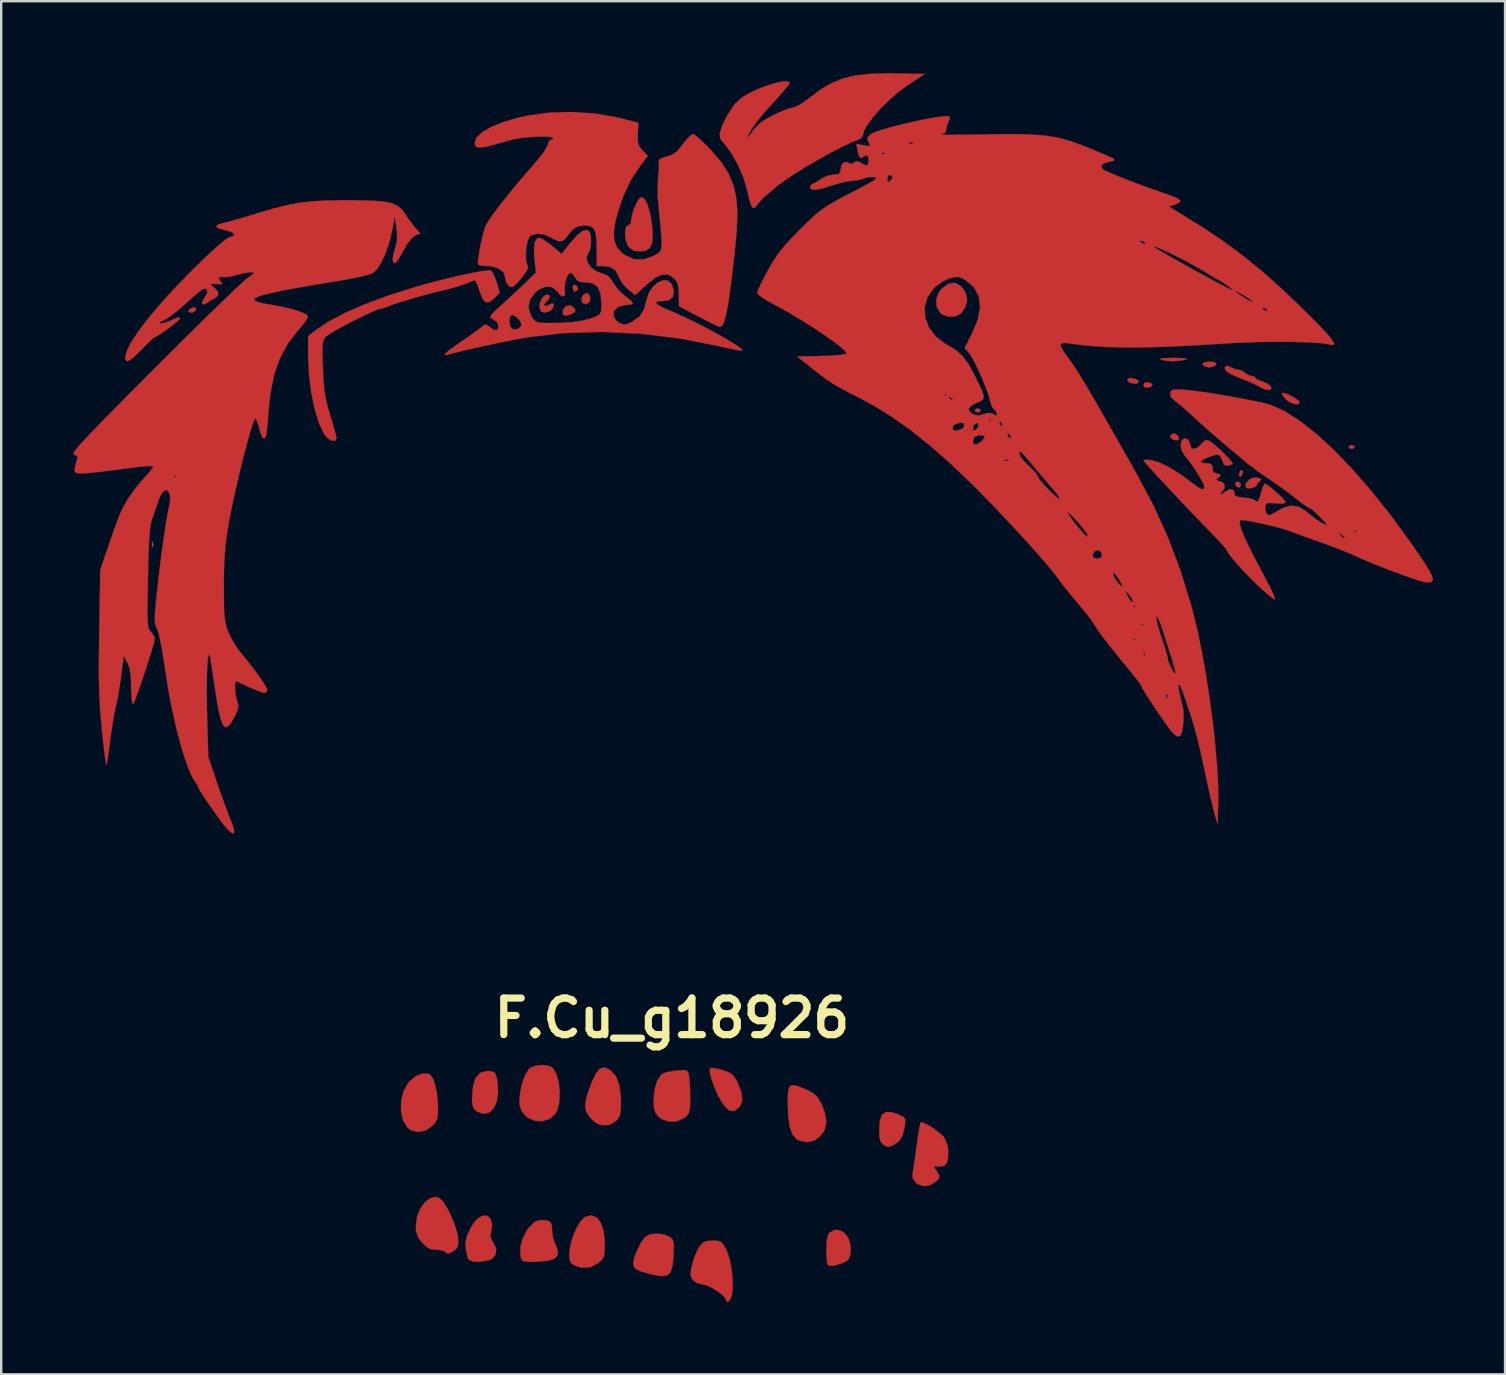
<source format=kicad_pcb>
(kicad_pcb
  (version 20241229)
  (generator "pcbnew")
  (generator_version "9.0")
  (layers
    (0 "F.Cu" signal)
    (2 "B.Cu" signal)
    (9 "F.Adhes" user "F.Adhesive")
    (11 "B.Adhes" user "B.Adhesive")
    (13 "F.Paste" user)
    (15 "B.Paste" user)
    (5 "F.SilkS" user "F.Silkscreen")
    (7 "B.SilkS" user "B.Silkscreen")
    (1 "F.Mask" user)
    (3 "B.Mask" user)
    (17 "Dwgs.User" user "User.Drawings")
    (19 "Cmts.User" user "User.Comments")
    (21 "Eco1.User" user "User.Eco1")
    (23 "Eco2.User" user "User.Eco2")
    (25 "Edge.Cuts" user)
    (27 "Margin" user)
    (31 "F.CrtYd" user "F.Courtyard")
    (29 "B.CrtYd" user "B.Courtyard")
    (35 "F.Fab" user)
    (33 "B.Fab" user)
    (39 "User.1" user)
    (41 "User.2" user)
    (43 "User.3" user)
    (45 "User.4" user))
  (footprint "F.Cu_g18926"
    (layer "F.Cu")
    (at 24.94 39.362)
    (property "Reference" "F.Cu_g18926" (at 0 0 0) (layer "F.SilkS") (effects (font (size 1.524 1.524) (thickness 0.3))))
    (attr through_hole)
    (fp_poly (pts (xy -21.619 -19.833) (xy -21.607 -19.66) (xy -21.619 -19.622) (xy -21.649 -19.611) (xy -21.661 -19.727) (xy -21.648 -19.848) (xy -21.619 -19.833)) (stroke (width 0.01) (type solid)) (fill yes) (layer "F.Cu"))
    (fp_poly (pts (xy -3.961 -30.496) (xy -3.905 -30.379) (xy -3.96 -30.297) (xy -4.054 -30.252) (xy -4.114 -30.342) (xy -4.133 -30.5) (xy -4.063 -30.555) (xy -3.961 -30.496)) (stroke (width 0.01) (type solid)) (fill yes) (layer "F.Cu"))
    (fp_poly (pts (xy 12.855 -25.354) (xy 12.869 -25.315) (xy 12.801 -25.24) (xy 12.742 -25.231) (xy 12.63 -25.276) (xy 12.615 -25.315) (xy 12.684 -25.39) (xy 12.742 -25.4) (xy 12.855 -25.354)) (stroke (width 0.01) (type solid)) (fill yes) (layer "F.Cu"))
    (fp_poly (pts (xy 19.982 -26.432) (xy 20.024 -26.374) (xy 19.952 -26.297) (xy 19.833 -26.262) (xy 19.678 -26.282) (xy 19.643 -26.374) (xy 19.701 -26.478) (xy 19.833 -26.485) (xy 19.982 -26.432)) (stroke (width 0.01) (type solid)) (fill yes) (layer "F.Cu"))
    (fp_poly (pts (xy 21.035 -24.303) (xy 21.132 -24.17) (xy 21.097 -24.081) (xy 20.967 -24.068) (xy 20.829 -24.128) (xy 20.749 -24.22) (xy 20.804 -24.309) (xy 20.92 -24.366) (xy 21.035 -24.303)) (stroke (width 0.01) (type solid)) (fill yes) (layer "F.Cu"))
    (fp_poly (pts (xy 23.692 -22.284) (xy 23.707 -22.225) (xy 23.655 -22.108) (xy 23.538 -22.129) (xy 23.509 -22.154) (xy 23.455 -22.278) (xy 23.543 -22.349) (xy 23.58 -22.352) (xy 23.692 -22.284)) (stroke (width 0.01) (type solid)) (fill yes) (layer "F.Cu"))
    (fp_poly (pts (xy 23.78 -22.799) (xy 23.791 -22.743) (xy 23.742 -22.597) (xy 23.707 -22.564) (xy 23.633 -22.582) (xy 23.622 -22.638) (xy 23.672 -22.785) (xy 23.707 -22.818) (xy 23.78 -22.799)) (stroke (width 0.01) (type solid)) (fill yes) (layer "F.Cu"))
    (fp_poly (pts (xy 28.434 -23.83) (xy 28.448 -23.791) (xy 28.379 -23.716) (xy 28.321 -23.707) (xy 28.208 -23.752) (xy 28.194 -23.791) (xy 28.263 -23.866) (xy 28.321 -23.876) (xy 28.434 -23.83)) (stroke (width 0.01) (type solid)) (fill yes) (layer "F.Cu"))
    (fp_poly (pts (xy -19.838 -29.602) (xy -19.834 -29.599) (xy -19.834 -29.504) (xy -19.851 -29.47) (xy -19.957 -29.394) (xy -20.085 -29.387) (xy -20.151 -29.451) (xy -20.151 -29.455) (xy -20.084 -29.542) (xy -19.948 -29.605) (xy -19.838 -29.602)) (stroke (width 0.01) (type solid)) (fill yes) (layer "F.Cu"))
    (fp_poly (pts (xy -3.464 -30.168) (xy -3.397 -30.008) (xy -3.436 -29.837) (xy -3.562 -29.737) (xy -3.567 -29.736) (xy -3.708 -29.781) (xy -3.76 -29.856) (xy -3.761 -30.014) (xy -3.676 -30.147) (xy -3.553 -30.205) (xy -3.464 -30.168)) (stroke (width 0.01) (type solid)) (fill yes) (layer "F.Cu"))
    (fp_poly (pts (xy -4.173 -29.668) (xy -4.024 -29.531) (xy -4.042 -29.412) (xy -4.228 -29.309) (xy -4.233 -29.307) (xy -4.423 -29.258) (xy -4.516 -29.293) (xy -4.545 -29.347) (xy -4.537 -29.514) (xy -4.423 -29.647) (xy -4.263 -29.697) (xy -4.173 -29.668)) (stroke (width 0.01) (type solid)) (fill yes) (layer "F.Cu"))
    (fp_poly (pts (xy 19.344 -26.611) (xy 19.447 -26.535) (xy 19.453 -26.522) (xy 19.415 -26.444) (xy 19.271 -26.424) (xy 19.075 -26.471) (xy 19.071 -26.472) (xy 18.973 -26.564) (xy 18.965 -26.598) (xy 19.031 -26.654) (xy 19.181 -26.654) (xy 19.344 -26.611)) (stroke (width 0.01) (type solid)) (fill yes) (layer "F.Cu"))
    (fp_poly (pts (xy 22.606 -27.322) (xy 22.689 -27.258) (xy 22.626 -27.177) (xy 22.557 -27.145) (xy 22.385 -27.102) (xy 22.215 -27.145) (xy 22.204 -27.149) (xy 22.098 -27.229) (xy 22.139 -27.301) (xy 22.306 -27.343) (xy 22.394 -27.347) (xy 22.606 -27.322)) (stroke (width 0.01) (type solid)) (fill yes) (layer "F.Cu"))
    (fp_poly (pts (xy 21.261 -27.495) (xy 21.441 -27.476) (xy 21.455 -27.446) (xy 21.421 -27.432) (xy 21.134 -27.378) (xy 20.798 -27.365) (xy 20.495 -27.394) (xy 20.362 -27.432) (xy 20.344 -27.469) (xy 20.492 -27.493) (xy 20.804 -27.502) (xy 20.913 -27.502) (xy 21.261 -27.495)) (stroke (width 0.01) (type solid)) (fill yes) (layer "F.Cu"))
    (fp_poly (pts (xy 25.519 -26.037) (xy 25.7 -25.967) (xy 25.906 -25.861) (xy 26.079 -25.748) (xy 26.161 -25.66) (xy 26.162 -25.652) (xy 26.099 -25.575) (xy 25.946 -25.576) (xy 25.756 -25.644) (xy 25.582 -25.768) (xy 25.57 -25.781) (xy 25.45 -25.934) (xy 25.415 -26.034) (xy 25.42 -26.041) (xy 25.519 -26.037)) (stroke (width 0.01) (type solid)) (fill yes) (layer "F.Cu"))
    (fp_poly (pts (xy 12.043 -30.493) (xy 12.233 -30.228) (xy 12.304 -29.919) (xy 12.214 -29.595) (xy 12.046 -29.358) (xy 11.836 -29.238) (xy 11.562 -29.217) (xy 11.296 -29.292) (xy 11.176 -29.379) (xy 11.026 -29.639) (xy 11.012 -29.945) (xy 11.132 -30.251) (xy 11.254 -30.402) (xy 11.533 -30.599) (xy 11.8 -30.629) (xy 12.043 -30.493)) (stroke (width 0.01) (type solid)) (fill yes) (layer "F.Cu"))
    (fp_poly (pts (xy 24.479 -22.497) (xy 24.553 -22.437) (xy 24.553 -22.437) (xy 24.489 -22.354) (xy 24.469 -22.352) (xy 24.392 -22.284) (xy 24.384 -22.235) (xy 24.313 -22.139) (xy 24.155 -22.075) (xy 23.991 -22.065) (xy 23.912 -22.108) (xy 23.903 -22.258) (xy 24.011 -22.406) (xy 24.192 -22.505) (xy 24.302 -22.521) (xy 24.479 -22.497)) (stroke (width 0.01) (type solid)) (fill yes) (layer "F.Cu"))
    (fp_poly (pts (xy -7.524 2.215) (xy -7.403 2.256) (xy -7.329 2.364) (xy -7.278 2.582) (xy -7.26 2.698) (xy -7.24 3.145) (xy -7.306 3.516) (xy -7.446 3.793) (xy -7.643 3.957) (xy -7.885 3.99) (xy -8.156 3.873) (xy -8.17 3.863) (xy -8.274 3.736) (xy -8.319 3.525) (xy -8.324 3.323) (xy -8.282 2.83) (xy -8.17 2.486) (xy -7.982 2.28) (xy -7.711 2.205) (xy -7.524 2.215)) (stroke (width 0.01) (type solid)) (fill yes) (layer "F.Cu"))
    (fp_poly (pts (xy -5.091 -30.091) (xy -5.107 -29.973) (xy -5.228 -29.84) (xy -5.321 -29.731) (xy -5.315 -29.671) (xy -5.21 -29.666) (xy -5.122 -29.718) (xy -4.98 -29.782) (xy -4.916 -29.718) (xy -4.965 -29.566) (xy -5.109 -29.441) (xy -5.295 -29.389) (xy -5.442 -29.431) (xy -5.443 -29.432) (xy -5.516 -29.604) (xy -5.492 -29.821) (xy -5.394 -30.018) (xy -5.246 -30.133) (xy -5.19 -30.141) (xy -5.091 -30.091)) (stroke (width 0.01) (type solid)) (fill yes) (layer "F.Cu"))
    (fp_poly (pts (xy 7.009 8.838) (xy 7.217 8.976) (xy 7.373 9.209) (xy 7.447 9.515) (xy 7.449 9.585) (xy 7.432 9.877) (xy 7.361 10.054) (xy 7.201 10.167) (xy 7.036 10.231) (xy 6.75 10.313) (xy 6.575 10.319) (xy 6.491 10.273) (xy 6.463 10.165) (xy 6.442 9.938) (xy 6.435 9.644) (xy 6.451 9.272) (xy 6.504 9.037) (xy 6.568 8.938) (xy 6.783 8.818) (xy 7.009 8.838)) (stroke (width 0.01) (type solid)) (fill yes) (layer "F.Cu"))
    (fp_poly (pts (xy 9.166 3.923) (xy 9.454 4.022) (xy 9.645 4.113) (xy 9.722 4.212) (xy 9.72 4.385) (xy 9.702 4.498) (xy 9.62 4.856) (xy 9.493 5.093) (xy 9.293 5.257) (xy 9.239 5.286) (xy 9.053 5.363) (xy 8.917 5.343) (xy 8.818 5.283) (xy 8.708 5.172) (xy 8.653 5.006) (xy 8.636 4.732) (xy 8.636 4.689) (xy 8.662 4.282) (xy 8.75 4.027) (xy 8.913 3.911) (xy 9.166 3.923)) (stroke (width 0.01) (type solid)) (fill yes) (layer "F.Cu"))
    (fp_poly (pts (xy 1.935 2.118) (xy 2.106 2.164) (xy 2.388 2.267) (xy 2.564 2.397) (xy 2.697 2.6) (xy 2.702 2.611) (xy 2.887 3.06) (xy 2.933 3.413) (xy 2.841 3.672) (xy 2.802 3.717) (xy 2.598 3.868) (xy 2.417 3.861) (xy 2.226 3.704) (xy 2.073 3.494) (xy 1.918 3.211) (xy 1.776 2.894) (xy 1.662 2.583) (xy 1.59 2.316) (xy 1.576 2.132) (xy 1.603 2.078) (xy 1.717 2.076) (xy 1.935 2.118)) (stroke (width 0.01) (type solid)) (fill yes) (layer "F.Cu"))
    (fp_poly (pts (xy 5.144 2.802) (xy 5.429 2.904) (xy 5.598 2.976) (xy 5.884 3.125) (xy 6.075 3.308) (xy 6.228 3.566) (xy 6.362 3.907) (xy 6.431 4.243) (xy 6.435 4.322) (xy 6.364 4.663) (xy 6.178 4.932) (xy 5.913 5.108) (xy 5.605 5.17) (xy 5.291 5.097) (xy 5.187 5.035) (xy 5.023 4.848) (xy 4.911 4.542) (xy 4.847 4.104) (xy 4.826 3.535) (xy 4.833 3.144) (xy 4.872 2.904) (xy 4.967 2.796) (xy 5.144 2.802)) (stroke (width 0.01) (type solid)) (fill yes) (layer "F.Cu"))
    (fp_poly (pts (xy -10.145 2.316) (xy -10.083 2.345) (xy -9.959 2.505) (xy -9.855 2.798) (xy -9.781 3.188) (xy -9.745 3.637) (xy -9.743 3.711) (xy -9.748 4.018) (xy -9.783 4.216) (xy -9.868 4.367) (xy -9.984 4.494) (xy -10.267 4.684) (xy -10.578 4.746) (xy -10.867 4.676) (xy -11.002 4.576) (xy -11.194 4.275) (xy -11.286 3.887) (xy -11.28 3.462) (xy -11.179 3.048) (xy -10.984 2.696) (xy -10.928 2.631) (xy -10.665 2.42) (xy -10.388 2.309) (xy -10.145 2.316)) (stroke (width 0.01) (type solid)) (fill yes) (layer "F.Cu"))
    (fp_poly (pts (xy -7.554 8.352) (xy -7.491 8.58) (xy -7.524 8.847) (xy -7.563 9.078) (xy -7.506 9.256) (xy -7.43 9.363) (xy -7.317 9.612) (xy -7.343 9.85) (xy -7.497 10.03) (xy -7.621 10.084) (xy -7.956 10.148) (xy -8.241 10.147) (xy -8.437 10.087) (xy -8.497 10.012) (xy -8.584 9.641) (xy -8.6 9.359) (xy -8.543 9.099) (xy -8.481 8.945) (xy -8.342 8.678) (xy -8.189 8.451) (xy -8.137 8.391) (xy -7.905 8.236) (xy -7.702 8.23) (xy -7.554 8.352)) (stroke (width 0.01) (type solid)) (fill yes) (layer "F.Cu"))
    (fp_poly (pts (xy -5.115 1.991) (xy -4.966 2.074) (xy -4.813 2.323) (xy -4.714 2.68) (xy -4.672 3.088) (xy -4.691 3.493) (xy -4.774 3.839) (xy -4.836 3.964) (xy -5.065 4.186) (xy -5.371 4.293) (xy -5.703 4.283) (xy -6.008 4.151) (xy -6.103 4.071) (xy -6.273 3.856) (xy -6.342 3.62) (xy -6.35 3.451) (xy -6.318 3.072) (xy -6.231 2.692) (xy -6.107 2.36) (xy -5.962 2.128) (xy -5.905 2.077) (xy -5.669 1.981) (xy -5.381 1.952) (xy -5.115 1.991)) (stroke (width 0.01) (type solid)) (fill yes) (layer "F.Cu"))
    (fp_poly (pts (xy -3.135 8.303) (xy -2.96 8.528) (xy -2.843 8.881) (xy -2.795 9.351) (xy -2.794 9.43) (xy -2.801 9.735) (xy -2.834 9.927) (xy -2.913 10.062) (xy -3.054 10.195) (xy -3.392 10.377) (xy -3.764 10.401) (xy -4.064 10.303) (xy -4.193 10.214) (xy -4.255 10.083) (xy -4.271 9.853) (xy -4.27 9.775) (xy -4.228 9.451) (xy -4.121 9.09) (xy -3.972 8.744) (xy -3.802 8.462) (xy -3.635 8.294) (xy -3.626 8.29) (xy -3.361 8.219) (xy -3.135 8.303)) (stroke (width 0.01) (type solid)) (fill yes) (layer "F.Cu"))
    (fp_poly (pts (xy -2.599 2.145) (xy -2.551 2.179) (xy -2.334 2.42) (xy -2.195 2.772) (xy -2.129 3.255) (xy -2.121 3.496) (xy -2.127 3.819) (xy -2.159 4.027) (xy -2.231 4.174) (xy -2.324 4.28) (xy -2.594 4.451) (xy -2.908 4.463) (xy -3.101 4.404) (xy -3.27 4.287) (xy -3.447 4.097) (xy -3.47 4.067) (xy -3.575 3.872) (xy -3.613 3.656) (xy -3.579 3.385) (xy -3.471 3.025) (xy -3.33 2.654) (xy -3.161 2.299) (xy -2.994 2.103) (xy -2.813 2.055) (xy -2.599 2.145)) (stroke (width 0.01) (type solid)) (fill yes) (layer "F.Cu"))
    (fp_poly (pts (xy -1.139 -34.124) (xy -1.014 -33.89) (xy -0.908 -33.523) (xy -0.839 -33.126) (xy -0.796 -32.642) (xy -0.822 -32.298) (xy -0.921 -32.078) (xy -1.099 -31.967) (xy -1.228 -31.945) (xy -1.455 -31.948) (xy -1.609 -31.976) (xy -1.822 -32.139) (xy -1.931 -32.431) (xy -1.947 -32.655) (xy -1.929 -32.9) (xy -1.868 -33.008) (xy -1.82 -33.02) (xy -1.718 -33.095) (xy -1.691 -33.253) (xy -1.658 -33.463) (xy -1.577 -33.715) (xy -1.471 -33.958) (xy -1.361 -34.139) (xy -1.276 -34.205) (xy -1.139 -34.124)) (stroke (width 0.01) (type solid)) (fill yes) (layer "F.Cu"))
    (fp_poly (pts (xy -5.244 8.425) (xy -5.083 8.48) (xy -5.012 8.584) (xy -4.995 8.796) (xy -4.995 8.816) (xy -4.96 9.111) (xy -4.875 9.384) (xy -4.863 9.408) (xy -4.754 9.687) (xy -4.763 9.891) (xy -4.903 10.03) (xy -5.183 10.112) (xy -5.616 10.149) (xy -5.729 10.152) (xy -6.017 10.152) (xy -6.178 10.13) (xy -6.258 10.068) (xy -6.299 9.946) (xy -6.306 9.913) (xy -6.314 9.548) (xy -6.207 9.155) (xy -6.013 8.794) (xy -5.757 8.522) (xy -5.661 8.46) (xy -5.457 8.412) (xy -5.244 8.425)) (stroke (width 0.01) (type solid)) (fill yes) (layer "F.Cu"))
    (fp_poly (pts (xy -0.353 9.007) (xy -0.102 9.107) (xy -0.093 9.114) (xy 0.005 9.195) (xy 0.061 9.295) (xy 0.082 9.457) (xy 0.077 9.721) (xy 0.066 9.926) (xy 0.027 10.326) (xy -0.054 10.587) (xy -0.2 10.723) (xy -0.439 10.752) (xy -0.795 10.69) (xy -1.027 10.63) (xy -1.333 10.537) (xy -1.508 10.454) (xy -1.588 10.354) (xy -1.609 10.21) (xy -1.609 10.194) (xy -1.564 9.97) (xy -1.449 9.676) (xy -1.295 9.376) (xy -1.131 9.136) (xy -1.12 9.123) (xy -0.929 9.015) (xy -0.651 8.976) (xy -0.353 9.007)) (stroke (width 0.01) (type solid)) (fill yes) (layer "F.Cu"))
    (fp_poly (pts (xy 23.286 -27.111) (xy 23.49 -27.027) (xy 23.61 -27.009) (xy 23.799 -26.947) (xy 23.876 -26.882) (xy 24.043 -26.773) (xy 24.14 -26.755) (xy 24.272 -26.721) (xy 24.299 -26.679) (xy 24.372 -26.606) (xy 24.532 -26.545) (xy 24.792 -26.446) (xy 24.949 -26.315) (xy 24.977 -26.236) (xy 24.911 -26.17) (xy 24.756 -26.174) (xy 24.573 -26.243) (xy 24.506 -26.286) (xy 24.349 -26.374) (xy 24.084 -26.494) (xy 23.766 -26.621) (xy 23.72 -26.639) (xy 23.323 -26.806) (xy 23.092 -26.954) (xy 23.026 -27.085) (xy 23.065 -27.157) (xy 23.172 -27.163) (xy 23.286 -27.111)) (stroke (width 0.01) (type solid)) (fill yes) (layer "F.Cu"))
    (fp_poly (pts (xy -9.669 7.504) (xy -9.525 7.655) (xy -9.358 7.922) (xy -9.191 8.258) (xy -9.045 8.614) (xy -8.943 8.944) (xy -8.911 9.127) (xy -8.897 9.389) (xy -8.93 9.545) (xy -9.029 9.654) (xy -9.069 9.683) (xy -9.261 9.799) (xy -9.376 9.805) (xy -9.44 9.737) (xy -9.552 9.682) (xy -9.761 9.653) (xy -9.818 9.652) (xy -10.055 9.625) (xy -10.243 9.518) (xy -10.405 9.353) (xy -10.581 9.113) (xy -10.656 8.874) (xy -10.667 8.654) (xy -10.617 8.283) (xy -10.487 7.95) (xy -10.299 7.682) (xy -10.076 7.506) (xy -9.843 7.449) (xy -9.669 7.504)) (stroke (width 0.01) (type solid)) (fill yes) (layer "F.Cu"))
    (fp_poly (pts (xy 0.617 2.185) (xy 0.68 2.263) (xy 0.712 2.394) (xy 0.736 2.602) (xy 0.754 2.915) (xy 0.762 3.269) (xy 0.762 3.306) (xy 0.758 3.645) (xy 0.736 3.859) (xy 0.685 3.995) (xy 0.593 4.098) (xy 0.539 4.143) (xy 0.231 4.292) (xy -0.11 4.315) (xy -0.423 4.211) (xy -0.554 4.11) (xy -0.681 3.95) (xy -0.744 3.756) (xy -0.762 3.465) (xy -0.762 3.43) (xy -0.725 3.001) (xy -0.624 2.64) (xy -0.471 2.386) (xy -0.367 2.304) (xy -0.194 2.249) (xy 0.072 2.201) (xy 0.225 2.183) (xy 0.481 2.165) (xy 0.617 2.185)) (stroke (width 0.01) (type solid)) (fill yes) (layer "F.Cu"))
    (fp_poly (pts (xy 10.461 4.35) (xy 10.646 4.439) (xy 10.874 4.579) (xy 11.101 4.743) (xy 11.284 4.903) (xy 11.339 4.964) (xy 11.487 5.286) (xy 11.515 5.55) (xy 11.499 5.879) (xy 11.439 6.073) (xy 11.316 6.162) (xy 11.157 6.181) (xy 10.903 6.181) (xy 11.048 6.403) (xy 11.141 6.565) (xy 11.133 6.671) (xy 11.036 6.781) (xy 10.773 6.954) (xy 10.487 7.001) (xy 10.231 6.917) (xy 10.163 6.861) (xy 10.029 6.655) (xy 10.029 6.45) (xy 10.061 6.274) (xy 10.106 5.975) (xy 10.159 5.601) (xy 10.199 5.304) (xy 10.252 4.928) (xy 10.301 4.618) (xy 10.341 4.41) (xy 10.363 4.341) (xy 10.461 4.35)) (stroke (width 0.01) (type solid)) (fill yes) (layer "F.Cu"))
    (fp_poly (pts (xy 1.92 9.28) (xy 2.058 9.332) (xy 2.165 9.465) (xy 2.276 9.677) (xy 2.389 9.985) (xy 2.472 10.368) (xy 2.523 10.778) (xy 2.536 11.169) (xy 2.51 11.495) (xy 2.44 11.709) (xy 2.432 11.721) (xy 2.335 11.835) (xy 2.286 11.813) (xy 2.252 11.721) (xy 2.135 11.563) (xy 1.915 11.385) (xy 1.648 11.225) (xy 1.392 11.117) (xy 1.251 11.091) (xy 1.035 11.03) (xy 0.889 10.922) (xy 0.804 10.805) (xy 0.776 10.673) (xy 0.801 10.467) (xy 0.838 10.292) (xy 0.934 9.971) (xy 1.062 9.67) (xy 1.13 9.551) (xy 1.273 9.372) (xy 1.428 9.291) (xy 1.671 9.271) (xy 1.697 9.271) (xy 1.92 9.28)) (stroke (width 0.01) (type solid)) (fill yes) (layer "F.Cu"))
    (fp_poly (pts (xy -7.483 -31.083) (xy -7.385 -30.891) (xy -7.313 -30.692) (xy -7.166 -30.227) (xy -7.365 -30.015) (xy -7.576 -29.837) (xy -7.742 -29.811) (xy -7.878 -29.943) (xy -7.996 -30.239) (xy -8.005 -30.268) (xy -8.089 -30.52) (xy -8.168 -30.689) (xy -8.212 -30.734) (xy -8.332 -30.7) (xy -8.522 -30.617) (xy -8.523 -30.616) (xy -8.71 -30.545) (xy -9.012 -30.453) (xy -9.377 -30.355) (xy -9.567 -30.309) (xy -10.04 -30.191) (xy -10.527 -30.061) (xy -10.99 -29.928) (xy -11.395 -29.803) (xy -11.705 -29.697) (xy -11.873 -29.627) (xy -12.056 -29.56) (xy -12.137 -29.549) (xy -12.276 -29.51) (xy -12.526 -29.405) (xy -12.853 -29.252) (xy -13.22 -29.07) (xy -13.593 -28.877) (xy -13.936 -28.69) (xy -14.214 -28.528) (xy -14.391 -28.409) (xy -14.424 -28.378) (xy -14.489 -28.291) (xy -14.53 -28.178) (xy -14.553 -28.009) (xy -14.559 -27.753) (xy -14.55 -27.378) (xy -14.539 -27.076) (xy -14.513 -26.551) (xy -14.475 -26.138) (xy -14.414 -25.778) (xy -14.324 -25.414) (xy -14.233 -25.111) (xy -14.123 -24.75) (xy -14.036 -24.443) (xy -13.982 -24.23) (xy -13.97 -24.159) (xy -14.023 -24.052) (xy -14.154 -24.05) (xy -14.317 -24.138) (xy -14.468 -24.301) (xy -14.481 -24.32) (xy -14.697 -24.773) (xy -14.88 -25.358) (xy -15.021 -26.039) (xy -15.115 -26.783) (xy -15.155 -27.555) (xy -15.155 -27.671) (xy -15.155 -28.406) (xy -14.859 -28.642) (xy -14.327 -29.004) (xy -13.636 -29.37) (xy -12.797 -29.736) (xy -11.821 -30.097) (xy -10.718 -30.447) (xy -10.452 -30.525) (xy -9.915 -30.672) (xy -9.359 -30.812) (xy -8.819 -30.938) (xy -8.329 -31.042) (xy -7.922 -31.116) (xy -7.631 -31.154) (xy -7.561 -31.157) (xy -7.483 -31.083)) (stroke (width 0.01) (type solid)) (fill yes) (layer "F.Cu"))
    (fp_poly (pts (xy 9.444 -39.351) (xy 10.531 -39.328) (xy 9.836 -38.871) (xy 9.459 -38.595) (xy 9.079 -38.267) (xy 8.719 -37.912) (xy 8.403 -37.558) (xy 8.156 -37.23) (xy 8 -36.956) (xy 7.959 -36.793) (xy 7.889 -36.655) (xy 7.811 -36.61) (xy 7.508 -36.494) (xy 7.101 -36.302) (xy 6.624 -36.054) (xy 6.111 -35.77) (xy 5.598 -35.471) (xy 5.119 -35.175) (xy 4.709 -34.904) (xy 4.403 -34.676) (xy 4.353 -34.634) (xy 4.124 -34.436) (xy 3.923 -34.266) (xy 3.845 -34.202) (xy 3.67 -34.027) (xy 3.553 -33.875) (xy 3.447 -33.747) (xy 3.367 -33.758) (xy 3.336 -33.793) (xy 3.275 -33.933) (xy 3.203 -34.183) (xy 3.142 -34.455) (xy 2.994 -34.976) (xy 2.763 -35.52) (xy 2.478 -36.028) (xy 2.171 -36.44) (xy 2.098 -36.516) (xy 2.007 -36.657) (xy 1.994 -36.842) (xy 2.066 -37.098) (xy 2.227 -37.454) (xy 2.312 -37.62) (xy 2.624 -38.083) (xy 2.929 -38.36) (xy 3.22 -38.532) (xy 3.562 -38.694) (xy 3.922 -38.833) (xy 4.269 -38.942) (xy 4.569 -39.01) (xy 4.792 -39.028) (xy 4.903 -38.985) (xy 4.911 -38.958) (xy 4.857 -38.87) (xy 4.71 -38.687) (xy 4.495 -38.438) (xy 4.296 -38.217) (xy 3.86 -37.732) (xy 3.539 -37.348) (xy 3.324 -37.052) (xy 3.206 -36.832) (xy 3.19 -36.788) (xy 3.158 -36.671) (xy 3.192 -36.703) (xy 3.241 -36.776) (xy 3.451 -37.066) (xy 3.666 -37.281) (xy 3.941 -37.467) (xy 4.247 -37.63) (xy 4.559 -37.774) (xy 4.835 -37.88) (xy 5.023 -37.929) (xy 5.043 -37.931) (xy 5.201 -37.983) (xy 5.44 -38.121) (xy 5.717 -38.32) (xy 5.773 -38.365) (xy 6.226 -38.703) (xy 6.67 -38.96) (xy 7.134 -39.146) (xy 7.652 -39.268) (xy 8.254 -39.336) (xy 8.973 -39.357) (xy 9.444 -39.351)) (stroke (width 0.01) (type solid)) (fill yes) (layer "F.Cu"))
    (fp_poly (pts (xy -3.173 -37.679) (xy -2.261 -37.518) (xy -2.159 -37.492) (xy -1.397 -37.296) (xy -1.422 -36.839) (xy -1.425 -36.551) (xy -1.382 -36.362) (xy -1.274 -36.203) (xy -1.225 -36.15) (xy -1.003 -35.918) (xy -1.311 -35.513) (xy -1.702 -34.922) (xy -2.015 -34.26) (xy -2.185 -33.782) (xy -2.349 -33.203) (xy -2.422 -32.746) (xy -2.401 -32.386) (xy -2.283 -32.101) (xy -2.068 -31.868) (xy -1.963 -31.791) (xy -1.581 -31.615) (xy -1.181 -31.604) (xy -0.759 -31.752) (xy -0.555 -31.868) (xy -0.458 -31.983) (xy -0.429 -32.165) (xy -0.429 -32.323) (xy -0.441 -32.582) (xy -0.47 -32.949) (xy -0.511 -33.368) (xy -0.538 -33.613) (xy -0.586 -34.167) (xy -0.596 -34.661) (xy -0.574 -35.004) (xy -0.544 -35.299) (xy -0.539 -35.541) (xy -0.552 -35.649) (xy -0.544 -35.75) (xy -0.423 -35.827) (xy -0.223 -35.887) (xy 0.025 -35.974) (xy 0.221 -36.118) (xy 0.426 -36.363) (xy 0.457 -36.406) (xy 0.636 -36.63) (xy 0.793 -36.783) (xy 0.88 -36.83) (xy 0.983 -36.771) (xy 1.171 -36.613) (xy 1.415 -36.379) (xy 1.636 -36.152) (xy 2.048 -35.669) (xy 2.355 -35.194) (xy 2.565 -34.696) (xy 2.687 -34.145) (xy 2.729 -33.51) (xy 2.699 -32.761) (xy 2.662 -32.354) (xy 2.563 -31.439) (xy 2.474 -30.681) (xy 2.392 -30.069) (xy 2.316 -29.591) (xy 2.242 -29.237) (xy 2.17 -28.993) (xy 2.096 -28.85) (xy 2.02 -28.795) (xy 1.997 -28.794) (xy 1.888 -28.835) (xy 1.666 -28.939) (xy 1.365 -29.091) (xy 1.101 -29.229) (xy 0.296 -29.656) (xy 0.29 -30.005) (xy 0.28 -30.333) (xy 0.254 -30.542) (xy 0.2 -30.68) (xy 0.107 -30.796) (xy 0.085 -30.819) (xy -0.14 -30.968) (xy -0.392 -30.978) (xy -0.687 -30.845) (xy -1.042 -30.565) (xy -1.052 -30.555) (xy -1.526 -30.123) (xy -1.814 -30.343) (xy -2.026 -30.558) (xy -2.182 -30.811) (xy -2.201 -30.861) (xy -2.35 -31.142) (xy -2.584 -31.29) (xy -2.873 -31.327) (xy -3.133 -31.327) (xy -3.133 -32.01) (xy -3.143 -32.443) (xy -3.185 -32.733) (xy -3.27 -32.909) (xy -3.412 -32.996) (xy -3.624 -33.02) (xy -3.638 -33.02) (xy -3.908 -32.985) (xy -4.123 -32.858) (xy -4.332 -32.608) (xy -4.376 -32.542) (xy -4.535 -32.382) (xy -4.73 -32.362) (xy -4.989 -32.48) (xy -5.038 -32.512) (xy -5.32 -32.639) (xy -5.609 -32.675) (xy -5.847 -32.617) (xy -5.931 -32.549) (xy -6.008 -32.376) (xy -6.061 -32.11) (xy -6.085 -31.814) (xy -6.075 -31.552) (xy -6.026 -31.387) (xy -6.022 -31.381) (xy -5.99 -31.28) (xy -6.049 -31.128) (xy -6.214 -30.891) (xy -6.219 -30.884) (xy -6.402 -30.664) (xy -6.564 -30.503) (xy -6.641 -30.452) (xy -6.775 -30.477) (xy -6.888 -30.619) (xy -6.942 -30.828) (xy -6.943 -30.855) (xy -7.02 -31.07) (xy -7.227 -31.232) (xy -7.526 -31.319) (xy -7.657 -31.327) (xy -7.894 -31.341) (xy -8.05 -31.377) (xy -8.076 -31.396) (xy -8.081 -31.51) (xy -8.053 -31.742) (xy -8.001 -32.047) (xy -7.933 -32.378) (xy -7.858 -32.691) (xy -7.786 -32.938) (xy -7.772 -32.978) (xy -7.67 -33.165) (xy -7.472 -33.455) (xy -7.195 -33.827) (xy -6.857 -34.257) (xy -6.476 -34.723) (xy -6.068 -35.204) (xy -5.781 -35.531) (xy -5.522 -35.838) (xy -5.318 -36.109) (xy -5.193 -36.313) (xy -5.165 -36.4) (xy -5.111 -36.545) (xy -5.033 -36.576) (xy -4.947 -36.62) (xy -4.96 -36.671) (xy -5.066 -36.708) (xy -5.297 -36.723) (xy -5.61 -36.718) (xy -5.961 -36.696) (xy -6.307 -36.658) (xy -6.605 -36.608) (xy -6.731 -36.576) (xy -7.257 -36.423) (xy -7.643 -36.322) (xy -7.91 -36.271) (xy -8.079 -36.269) (xy -8.172 -36.314) (xy -8.209 -36.405) (xy -8.213 -36.474) (xy -8.131 -36.691) (xy -7.896 -36.91) (xy -7.523 -37.124) (xy -7.028 -37.323) (xy -6.427 -37.501) (xy -6.011 -37.596) (xy -5.114 -37.719) (xy -4.146 -37.746) (xy -3.173 -37.679)) (stroke (width 0.01) (type solid)) (fill yes) (layer "F.Cu"))
    (fp_poly (pts (xy -3.445 -32.773) (xy -3.386 -32.625) (xy -3.367 -32.386) (xy -3.384 -32.132) (xy -3.437 -31.935) (xy -3.467 -31.889) (xy -3.557 -31.699) (xy -3.514 -31.48) (xy -3.362 -31.268) (xy -3.123 -31.099) (xy -2.892 -31.02) (xy -2.668 -30.929) (xy -2.501 -30.732) (xy -2.453 -30.645) (xy -2.278 -30.393) (xy -2.036 -30.151) (xy -1.951 -30.085) (xy -1.715 -29.903) (xy -1.625 -29.788) (xy -1.677 -29.731) (xy -1.816 -29.718) (xy -2.055 -29.682) (xy -2.244 -29.618) (xy -2.409 -29.471) (xy -2.439 -29.275) (xy -2.336 -29.077) (xy -2.194 -28.966) (xy -2.035 -28.897) (xy -1.889 -28.904) (xy -1.68 -28.993) (xy -1.655 -29.006) (xy -1.353 -29.221) (xy -1.161 -29.521) (xy -1.06 -29.906) (xy -0.961 -30.214) (xy -0.791 -30.468) (xy -0.579 -30.65) (xy -0.357 -30.74) (xy -0.154 -30.719) (xy -0.003 -30.57) (xy 0.09 -30.278) (xy 0.044 -30.048) (xy -0.128 -29.905) (xy -0.376 -29.872) (xy -0.598 -29.863) (xy -0.665 -29.803) (xy -0.582 -29.706) (xy -0.349 -29.587) (xy -0.318 -29.574) (xy 0.086 -29.403) (xy 0.534 -29.198) (xy 1.002 -28.969) (xy 1.467 -28.73) (xy 1.906 -28.494) (xy 2.296 -28.274) (xy 2.614 -28.081) (xy 2.836 -27.928) (xy 2.939 -27.828) (xy 2.939 -27.803) (xy 2.848 -27.807) (xy 2.627 -27.845) (xy 2.313 -27.911) (xy 2.024 -27.977) (xy 0.367 -28.305) (xy -1.298 -28.509) (xy -2.942 -28.585) (xy -4.535 -28.534) (xy -5.981 -28.365) (xy -6.393 -28.292) (xy -6.892 -28.195) (xy -7.438 -28.082) (xy -7.99 -27.962) (xy -8.509 -27.845) (xy -8.952 -27.738) (xy -9.281 -27.651) (xy -9.345 -27.632) (xy -9.455 -27.624) (xy -9.445 -27.679) (xy -9.353 -27.764) (xy -9.152 -27.917) (xy -8.875 -28.115) (xy -8.636 -28.279) (xy -8.322 -28.495) (xy -8.061 -28.683) (xy -7.885 -28.821) (xy -7.829 -28.876) (xy -7.732 -28.895) (xy -7.568 -28.777) (xy -7.401 -28.654) (xy -7.288 -28.664) (xy -7.269 -28.68) (xy -7.212 -28.835) (xy -7.29 -28.999) (xy -7.383 -29.061) (xy -6.772 -29.061) (xy -6.751 -28.871) (xy -6.676 -28.724) (xy -6.676 -28.723) (xy -6.534 -28.679) (xy -6.371 -28.734) (xy -6.271 -28.852) (xy -6.265 -28.889) (xy -6.328 -29.042) (xy -6.472 -29.2) (xy -6.628 -29.291) (xy -6.659 -29.295) (xy -6.741 -29.225) (xy -6.772 -29.061) (xy -7.383 -29.061) (xy -7.47 -29.119) (xy -7.552 -29.161) (xy -7.57 -29.217) (xy -7.508 -29.313) (xy -7.352 -29.472) (xy -7.189 -29.621) (xy -5.977 -29.621) (xy -5.879 -29.287) (xy -5.847 -29.231) (xy -5.757 -29.097) (xy -5.667 -29.016) (xy -5.534 -28.974) (xy -5.315 -28.958) (xy -4.969 -28.956) (xy -4.966 -28.956) (xy -4.565 -28.967) (xy -4.164 -28.995) (xy -3.843 -29.035) (xy -3.813 -29.04) (xy -3.511 -29.11) (xy -3.242 -29.194) (xy -3.145 -29.234) (xy -3.013 -29.316) (xy -2.948 -29.431) (xy -2.931 -29.632) (xy -2.933 -29.785) (xy -2.979 -30.196) (xy -3.102 -30.466) (xy -3.313 -30.611) (xy -3.58 -30.649) (xy -3.828 -30.669) (xy -3.965 -30.742) (xy -4.023 -30.834) (xy -4.124 -30.991) (xy -4.201 -31.049) (xy -4.3 -31.004) (xy -4.389 -30.844) (xy -4.452 -30.621) (xy -4.468 -30.39) (xy -4.458 -30.31) (xy -4.455 -30.116) (xy -4.534 -30.055) (xy -4.666 -30.131) (xy -4.776 -30.268) (xy -4.977 -30.444) (xy -5.236 -30.475) (xy -5.521 -30.363) (xy -5.672 -30.247) (xy -5.907 -29.944) (xy -5.977 -29.621) (xy -7.189 -29.621) (xy -7.085 -29.717) (xy -7.07 -29.731) (xy -6.747 -30.027) (xy -6.414 -30.336) (xy -6.132 -30.604) (xy -6.07 -30.663) (xy -5.663 -31.058) (xy -5.72 -31.569) (xy -5.746 -32.011) (xy -5.711 -32.32) (xy -5.616 -32.486) (xy -5.535 -32.512) (xy -5.402 -32.46) (xy -5.193 -32.326) (xy -4.997 -32.175) (xy -4.595 -31.838) (xy -4.224 -32.303) (xy -3.939 -32.625) (xy -3.715 -32.798) (xy -3.54 -32.83) (xy -3.445 -32.773)) (stroke (width 0.01) (type solid)) (fill yes) (layer "F.Cu"))
    (fp_poly (pts (xy 21.294 -26.18) (xy 21.574 -26.155) (xy 21.972 -26.103) (xy 22.452 -26.031) (xy 22.977 -25.945) (xy 23.51 -25.852) (xy 24.014 -25.757) (xy 24.452 -25.669) (xy 24.788 -25.591) (xy 24.954 -25.544) (xy 25.545 -25.274) (xy 26.194 -24.857) (xy 26.891 -24.302) (xy 27.629 -23.619) (xy 28.397 -22.815) (xy 29.188 -21.901) (xy 29.992 -20.885) (xy 30.801 -19.776) (xy 31.241 -19.135) (xy 31.501 -18.733) (xy 31.654 -18.447) (xy 31.703 -18.263) (xy 31.649 -18.168) (xy 31.493 -18.148) (xy 31.349 -18.166) (xy 31.143 -18.22) (xy 30.818 -18.326) (xy 30.41 -18.471) (xy 29.957 -18.64) (xy 29.493 -18.819) (xy 29.057 -18.995) (xy 28.684 -19.154) (xy 28.448 -19.263) (xy 28.217 -19.366) (xy 27.873 -19.505) (xy 27.463 -19.661) (xy 27.051 -19.81) (xy 26.649 -19.953) (xy 26.294 -20.082) (xy 26.022 -20.183) (xy 25.89 -20.235) (xy 27.776 -20.235) (xy 27.797 -20.191) (xy 27.845 -20.13) (xy 27.968 -19.998) (xy 28.023 -19.998) (xy 28.025 -20.013) (xy 27.967 -20.084) (xy 27.877 -20.161) (xy 27.776 -20.235) (xy 25.89 -20.235) (xy 25.87 -20.242) (xy 25.866 -20.244) (xy 25.775 -20.278) (xy 28.448 -20.278) (xy 28.49 -20.235) (xy 28.533 -20.278) (xy 28.49 -20.32) (xy 28.448 -20.278) (xy 25.775 -20.278) (xy 25.655 -20.321) (xy 25.35 -20.411) (xy 24.989 -20.504) (xy 24.61 -20.592) (xy 24.25 -20.668) (xy 23.948 -20.722) (xy 23.741 -20.745) (xy 23.67 -20.737) (xy 23.653 -20.605) (xy 23.73 -20.335) (xy 23.9 -19.928) (xy 24.163 -19.387) (xy 24.517 -18.711) (xy 24.574 -18.606) (xy 24.781 -18.218) (xy 24.951 -17.88) (xy 25.072 -17.621) (xy 25.13 -17.47) (xy 25.132 -17.446) (xy 25.064 -17.467) (xy 24.901 -17.587) (xy 24.667 -17.786) (xy 24.417 -18.016) (xy 24.086 -18.342) (xy 23.77 -18.671) (xy 23.494 -18.978) (xy 23.278 -19.237) (xy 23.145 -19.423) (xy 23.114 -19.498) (xy 23.059 -19.578) (xy 22.912 -19.746) (xy 22.702 -19.97) (xy 22.627 -20.046) (xy 22.235 -20.451) (xy 21.819 -20.883) (xy 21.398 -21.325) (xy 20.988 -21.759) (xy 20.603 -22.169) (xy 20.262 -22.536) (xy 19.98 -22.844) (xy 19.774 -23.074) (xy 19.66 -23.21) (xy 19.643 -23.237) (xy 19.717 -23.262) (xy 19.904 -23.253) (xy 20.003 -23.239) (xy 20.347 -23.132) (xy 20.773 -22.916) (xy 21.252 -22.611) (xy 21.66 -22.305) (xy 21.924 -22.109) (xy 22.086 -22.027) (xy 22.166 -22.053) (xy 22.183 -22.145) (xy 22.137 -22.27) (xy 22.018 -22.488) (xy 21.854 -22.758) (xy 21.671 -23.035) (xy 21.497 -23.277) (xy 21.362 -23.437) (xy 21.233 -23.648) (xy 21.191 -23.888) (xy 21.247 -24.083) (xy 21.253 -24.09) (xy 21.385 -24.156) (xy 21.512 -24.091) (xy 21.586 -23.926) (xy 21.59 -23.866) (xy 21.645 -23.736) (xy 21.778 -23.713) (xy 21.938 -23.793) (xy 22.043 -23.911) (xy 22.209 -24.065) (xy 22.338 -24.074) (xy 22.458 -24.003) (xy 22.643 -23.855) (xy 22.858 -23.66) (xy 23.071 -23.452) (xy 23.246 -23.265) (xy 23.351 -23.129) (xy 23.363 -23.082) (xy 23.242 -23.028) (xy 23.089 -23.018) (xy 22.992 -23.055) (xy 22.986 -23.072) (xy 22.944 -23.206) (xy 22.88 -23.337) (xy 22.811 -23.443) (xy 22.726 -23.476) (xy 22.573 -23.442) (xy 22.397 -23.38) (xy 22.134 -23.269) (xy 22.028 -23.184) (xy 22.08 -23.131) (xy 22.267 -23.114) (xy 22.449 -23.091) (xy 22.515 -22.994) (xy 22.521 -22.902) (xy 22.561 -22.736) (xy 22.691 -22.691) (xy 22.828 -22.655) (xy 22.86 -22.606) (xy 22.796 -22.524) (xy 22.775 -22.521) (xy 22.693 -22.457) (xy 22.691 -22.437) (xy 22.762 -22.368) (xy 22.86 -22.352) (xy 22.988 -22.287) (xy 23.035 -22.144) (xy 22.982 -22.001) (xy 22.945 -21.971) (xy 22.863 -21.86) (xy 22.86 -21.836) (xy 22.911 -21.825) (xy 23.035 -21.916) (xy 23.039 -21.919) (xy 23.217 -22.027) (xy 23.365 -22.024) (xy 23.436 -21.917) (xy 23.433 -21.856) (xy 23.457 -21.764) (xy 23.589 -21.713) (xy 23.791 -21.69) (xy 24.04 -21.658) (xy 24.217 -21.607) (xy 24.253 -21.585) (xy 24.357 -21.515) (xy 24.435 -21.563) (xy 24.507 -21.748) (xy 24.545 -21.886) (xy 24.613 -22.111) (xy 24.678 -22.248) (xy 24.703 -22.267) (xy 24.808 -22.213) (xy 24.985 -22.077) (xy 25.192 -21.897) (xy 25.387 -21.713) (xy 25.526 -21.561) (xy 25.569 -21.488) (xy 25.491 -21.438) (xy 25.27 -21.431) (xy 25.146 -21.44) (xy 24.896 -21.459) (xy 24.771 -21.441) (xy 24.728 -21.364) (xy 24.723 -21.244) (xy 24.763 -21.021) (xy 24.874 -20.94) (xy 25.038 -21.012) (xy 25.046 -21.018) (xy 25.215 -21.126) (xy 25.459 -21.243) (xy 25.527 -21.27) (xy 25.819 -21.346) (xy 26.076 -21.316) (xy 26.347 -21.167) (xy 26.556 -20.997) (xy 26.806 -20.802) (xy 27.064 -20.636) (xy 27.116 -20.608) (xy 27.256 -20.541) (xy 27.302 -20.537) (xy 27.245 -20.615) (xy 27.079 -20.791) (xy 27.012 -20.861) (xy 26.806 -21.063) (xy 26.641 -21.204) (xy 26.558 -21.251) (xy 26.456 -21.301) (xy 26.269 -21.429) (xy 26.089 -21.569) (xy 25.73 -21.851) (xy 25.359 -22.123) (xy 24.919 -22.426) (xy 24.718 -22.561) (xy 24.409 -22.778) (xy 24.084 -23.024) (xy 23.971 -23.114) (xy 23.328 -23.648) (xy 22.733 -24.153) (xy 22.212 -24.607) (xy 21.794 -24.987) (xy 21.717 -25.059) (xy 21.446 -25.307) (xy 21.19 -25.527) (xy 20.997 -25.677) (xy 20.972 -25.694) (xy 20.788 -25.876) (xy 20.76 -26.026) (xy 20.791 -26.125) (xy 20.873 -26.175) (xy 21.049 -26.188) (xy 21.294 -26.18)) (stroke (width 0.01) (type solid)) (fill yes) (layer "F.Cu"))
    (fp_poly (pts (xy -13.504 -34.07) (xy -12.849 -34.063) (xy -12.339 -34.044) (xy -11.951 -34.005) (xy -11.661 -33.942) (xy -11.447 -33.849) (xy -11.283 -33.72) (xy -11.147 -33.551) (xy -11.116 -33.503) (xy -10.932 -33.235) (xy -10.741 -32.987) (xy -10.681 -32.917) (xy -10.473 -32.687) (xy -10.681 -32.608) (xy -10.855 -32.473) (xy -11.054 -32.205) (xy -11.163 -32.015) (xy -11.311 -31.751) (xy -11.435 -31.55) (xy -11.509 -31.457) (xy -11.509 -31.457) (xy -11.597 -31.461) (xy -11.63 -31.589) (xy -11.607 -31.804) (xy -11.542 -32.027) (xy -11.46 -32.328) (xy -11.449 -32.648) (xy -11.474 -32.897) (xy -11.543 -33.401) (xy -11.643 -32.851) (xy -11.761 -32.349) (xy -11.92 -31.88) (xy -12.105 -31.479) (xy -12.3 -31.18) (xy -12.457 -31.038) (xy -12.629 -30.972) (xy -12.937 -30.893) (xy -13.346 -30.806) (xy -13.824 -30.72) (xy -14.034 -30.686) (xy -14.582 -30.598) (xy -15.158 -30.501) (xy -15.702 -30.405) (xy -16.155 -30.321) (xy -16.256 -30.301) (xy -16.791 -30.186) (xy -17.159 -30.086) (xy -17.365 -29.997) (xy -17.409 -29.918) (xy -17.295 -29.844) (xy -17.025 -29.773) (xy -16.722 -29.72) (xy -16.229 -29.63) (xy -15.8 -29.527) (xy -15.461 -29.42) (xy -15.237 -29.317) (xy -15.155 -29.225) (xy -15.155 -29.224) (xy -15.209 -29.107) (xy -15.351 -28.909) (xy -15.55 -28.674) (xy -15.557 -28.666) (xy -15.996 -28.106) (xy -16.331 -27.487) (xy -16.574 -26.785) (xy -16.733 -25.972) (xy -16.804 -25.273) (xy -16.833 -24.897) (xy -16.863 -24.574) (xy -16.89 -24.349) (xy -16.903 -24.278) (xy -16.971 -24.144) (xy -17.05 -24.173) (xy -17.135 -24.363) (xy -17.187 -24.553) (xy -17.256 -24.793) (xy -17.323 -24.946) (xy -17.355 -24.977) (xy -17.406 -24.898) (xy -17.487 -24.677) (xy -17.59 -24.337) (xy -17.711 -23.903) (xy -17.843 -23.398) (xy -17.98 -22.844) (xy -18.117 -22.267) (xy -18.246 -21.689) (xy -18.363 -21.135) (xy -18.461 -20.627) (xy -18.469 -20.585) (xy -18.551 -20.077) (xy -18.608 -19.596) (xy -18.643 -19.088) (xy -18.66 -18.5) (xy -18.663 -18.034) (xy -18.662 -17.484) (xy -18.655 -17.072) (xy -18.639 -16.765) (xy -18.611 -16.531) (xy -18.567 -16.339) (xy -18.505 -16.155) (xy -18.476 -16.08) (xy -18.316 -15.749) (xy -18.117 -15.423) (xy -18.006 -15.276) (xy -17.703 -14.906) (xy -17.419 -14.541) (xy -17.172 -14.206) (xy -16.983 -13.928) (xy -16.871 -13.736) (xy -16.849 -13.669) (xy -16.916 -13.56) (xy -16.973 -13.547) (xy -17.106 -13.581) (xy -17.347 -13.673) (xy -17.65 -13.803) (xy -17.971 -13.952) (xy -18.14 -14.036) (xy -18.186 -13.993) (xy -18.202 -13.834) (xy -18.19 -13.609) (xy -18.151 -13.368) (xy -18.109 -13.217) (xy -18.064 -13.03) (xy -18.085 -12.854) (xy -18.183 -12.621) (xy -18.22 -12.548) (xy -18.371 -12.286) (xy -18.499 -12.14) (xy -18.611 -12.118) (xy -18.711 -12.228) (xy -18.804 -12.479) (xy -18.896 -12.878) (xy -18.992 -13.433) (xy -19.052 -13.834) (xy -19.116 -14.269) (xy -19.173 -14.645) (xy -19.219 -14.93) (xy -19.248 -15.092) (xy -19.253 -15.113) (xy -19.289 -15.146) (xy -19.321 -15.029) (xy -19.346 -14.783) (xy -19.364 -14.427) (xy -19.375 -13.981) (xy -19.378 -13.466) (xy -19.37 -12.9) (xy -19.363 -12.618) (xy -19.313 -10.88) (xy -18.94 -9.779) (xy -18.783 -9.327) (xy -18.627 -8.89) (xy -18.487 -8.515) (xy -18.381 -8.248) (xy -18.373 -8.229) (xy -18.254 -7.911) (xy -18.229 -7.729) (xy -18.29 -7.685) (xy -18.43 -7.78) (xy -18.64 -8.014) (xy -18.771 -8.186) (xy -19.111 -8.658) (xy -19.387 -9.053) (xy -19.588 -9.357) (xy -19.703 -9.554) (xy -19.727 -9.618) (xy -19.777 -9.727) (xy -19.843 -9.815) (xy -19.992 -10.055) (xy -20.157 -10.437) (xy -20.33 -10.938) (xy -20.505 -11.531) (xy -20.674 -12.192) (xy -20.83 -12.896) (xy -20.966 -13.617) (xy -21.037 -14.055) (xy -21.137 -14.712) (xy -21.22 -15.223) (xy -21.289 -15.61) (xy -21.35 -15.895) (xy -21.406 -16.099) (xy -21.461 -16.246) (xy -21.477 -16.279) (xy -21.515 -16.373) (xy -21.537 -16.497) (xy -21.542 -16.674) (xy -21.531 -16.925) (xy -21.501 -17.274) (xy -21.452 -17.745) (xy -21.382 -18.359) (xy -21.378 -18.396) (xy -21.305 -18.997) (xy -21.227 -19.591) (xy -21.15 -20.141) (xy -21.078 -20.608) (xy -21.018 -20.955) (xy -21.005 -21.018) (xy -20.933 -21.389) (xy -20.901 -21.634) (xy -20.909 -21.791) (xy -20.953 -21.895) (xy -20.961 -21.907) (xy -21.062 -22.007) (xy -21.158 -21.966) (xy -21.196 -21.929) (xy -21.305 -21.762) (xy -21.401 -21.527) (xy -21.408 -21.505) (xy -21.495 -21.236) (xy -21.606 -20.921) (xy -21.641 -20.828) (xy -21.689 -20.676) (xy -21.728 -20.483) (xy -21.758 -20.228) (xy -21.781 -19.887) (xy -21.8 -19.437) (xy -21.815 -18.858) (xy -21.825 -18.346) (xy -21.837 -17.696) (xy -21.843 -17.194) (xy -21.844 -16.818) (xy -21.837 -16.549) (xy -21.822 -16.364) (xy -21.796 -16.242) (xy -21.759 -16.161) (xy -21.709 -16.102) (xy -21.681 -16.074) (xy -21.547 -15.875) (xy -21.55 -15.72) (xy -21.663 -15.341) (xy -21.795 -14.915) (xy -21.938 -14.472) (xy -22.081 -14.043) (xy -22.214 -13.659) (xy -22.326 -13.349) (xy -22.407 -13.144) (xy -22.445 -13.076) (xy -22.48 -13.132) (xy -22.507 -13.326) (xy -22.523 -13.627) (xy -22.525 -13.775) (xy -22.54 -14.217) (xy -22.583 -14.535) (xy -22.662 -14.769) (xy -22.682 -14.809) (xy -22.836 -15.097) (xy -22.94 -14.269) (xy -23 -13.848) (xy -23.069 -13.432) (xy -23.138 -13.089) (xy -23.163 -12.984) (xy -23.223 -12.709) (xy -23.291 -12.323) (xy -23.358 -11.882) (xy -23.403 -11.549) (xy -23.453 -11.161) (xy -23.499 -10.84) (xy -23.535 -10.62) (xy -23.557 -10.536) (xy -23.576 -10.604) (xy -23.608 -10.815) (xy -23.65 -11.143) (xy -23.698 -11.562) (xy -23.745 -12.003) (xy -23.792 -12.506) (xy -23.828 -12.98) (xy -23.853 -13.46) (xy -23.867 -13.977) (xy -23.872 -14.566) (xy -23.868 -15.257) (xy -23.857 -16.085) (xy -23.857 -16.087) (xy -23.814 -18.669) (xy -23.555 -19.431) (xy -23.357 -20.006) (xy -23.202 -20.448) (xy -23.078 -20.785) (xy -22.973 -21.042) (xy -22.877 -21.249) (xy -22.778 -21.431) (xy -22.665 -21.617) (xy -22.646 -21.648) (xy -22.411 -21.985) (xy -22.132 -22.335) (xy -21.946 -22.541) (xy -21.926 -22.564) (xy -20.743 -22.564) (xy -20.701 -22.521) (xy -20.659 -22.564) (xy -20.701 -22.606) (xy -20.743 -22.564) (xy -21.926 -22.564) (xy -21.757 -22.751) (xy -21.636 -22.914) (xy -21.611 -22.994) (xy -21.709 -23.001) (xy -21.944 -22.986) (xy -22.286 -22.952) (xy -22.705 -22.901) (xy -22.942 -22.869) (xy -23.419 -22.805) (xy -23.864 -22.752) (xy -24.238 -22.713) (xy -24.501 -22.693) (xy -24.566 -22.691) (xy -24.784 -22.699) (xy -24.875 -22.745) (xy -24.881 -22.86) (xy -24.871 -22.924) (xy -24.819 -23.152) (xy -24.771 -23.298) (xy -24.766 -23.414) (xy -24.904 -23.47) (xy -24.907 -23.471) (xy -24.935 -23.492) (xy -24.923 -23.545) (xy -24.863 -23.639) (xy -24.748 -23.783) (xy -24.569 -23.986) (xy -24.319 -24.255) (xy -23.989 -24.599) (xy -23.572 -25.026) (xy -23.06 -25.546) (xy -22.444 -26.167) (xy -21.717 -26.897) (xy -21.59 -27.024) (xy -20.942 -27.673) (xy -20.319 -28.291) (xy -19.735 -28.868) (xy -19.2 -29.393) (xy -18.727 -29.853) (xy -18.329 -30.237) (xy -18.015 -30.533) (xy -17.799 -30.73) (xy -17.704 -30.809) (xy -17.494 -30.961) (xy -17.411 -31.039) (xy -17.444 -31.067) (xy -17.577 -31.069) (xy -17.819 -31.037) (xy -18.104 -30.964) (xy -18.159 -30.945) (xy -18.42 -30.88) (xy -18.646 -30.867) (xy -18.688 -30.873) (xy -18.846 -30.877) (xy -18.868 -30.789) (xy -18.775 -30.656) (xy -18.731 -30.585) (xy -18.811 -30.568) (xy -18.944 -30.582) (xy -19.156 -30.594) (xy -19.208 -30.549) (xy -19.1 -30.448) (xy -19.05 -30.415) (xy -18.908 -30.265) (xy -18.899 -30.109) (xy -19.028 -29.999) (xy -19.029 -29.999) (xy -19.217 -29.899) (xy -19.32 -29.823) (xy -19.489 -29.723) (xy -19.572 -29.753) (xy -19.545 -29.886) (xy -19.474 -29.994) (xy -19.359 -30.198) (xy -19.364 -30.342) (xy -19.485 -30.395) (xy -19.584 -30.341) (xy -19.768 -30.198) (xy -20.001 -29.993) (xy -20.051 -29.947) (xy -20.424 -29.613) (xy -20.756 -29.34) (xy -21.024 -29.146) (xy -21.206 -29.049) (xy -21.246 -29.041) (xy -21.332 -28.979) (xy -21.336 -28.955) (xy -21.268 -28.93) (xy -21.093 -28.975) (xy -21.018 -29.005) (xy -20.79 -29.102) (xy -20.62 -29.174) (xy -20.595 -29.184) (xy -20.5 -29.178) (xy -20.489 -29.146) (xy -20.553 -29.069) (xy -20.717 -28.931) (xy -20.938 -28.761) (xy -21.175 -28.59) (xy -21.385 -28.45) (xy -21.528 -28.371) (xy -21.556 -28.363) (xy -21.631 -28.306) (xy -21.792 -28.154) (xy -22.007 -27.936) (xy -22.085 -27.855) (xy -22.381 -27.561) (xy -22.588 -27.398) (xy -22.714 -27.362) (xy -22.77 -27.449) (xy -22.775 -27.52) (xy -22.712 -27.786) (xy -22.529 -28.149) (xy -22.235 -28.598) (xy -21.838 -29.12) (xy -21.35 -29.704) (xy -20.778 -30.338) (xy -20.131 -31.009) (xy -19.925 -31.215) (xy -19.529 -31.601) (xy -19.165 -31.942) (xy -18.854 -32.22) (xy -18.615 -32.418) (xy -18.468 -32.519) (xy -18.444 -32.527) (xy -18.264 -32.584) (xy -18.237 -32.665) (xy -18.353 -32.75) (xy -18.602 -32.82) (xy -18.872 -32.891) (xy -18.983 -32.97) (xy -18.932 -33.047) (xy -18.716 -33.115) (xy -18.702 -33.117) (xy -18.515 -33.162) (xy -18.207 -33.247) (xy -17.817 -33.361) (xy -17.384 -33.491) (xy -17.298 -33.518) (xy -16.627 -33.717) (xy -16.05 -33.863) (xy -15.516 -33.964) (xy -14.975 -34.027) (xy -14.376 -34.06) (xy -13.67 -34.07) (xy -13.504 -34.07)) (stroke (width 0.01) (type solid)) (fill yes) (layer "F.Cu"))
    (fp_poly (pts (xy 11.573 -37.562) (xy 11.574 -37.561) (xy 11.57 -37.466) (xy 11.522 -37.351) (xy 11.446 -37.135) (xy 11.43 -37.011) (xy 11.371 -36.869) (xy 11.197 -36.808) (xy 11.213 -36.801) (xy 11.379 -36.797) (xy 11.675 -36.797) (xy 12.083 -36.8) (xy 12.581 -36.806) (xy 13.081 -36.815) (xy 13.893 -36.826) (xy 14.565 -36.823) (xy 15.129 -36.8) (xy 15.614 -36.755) (xy 16.049 -36.681) (xy 16.466 -36.576) (xy 16.894 -36.435) (xy 17.363 -36.252) (xy 17.599 -36.154) (xy 18.001 -35.984) (xy 18.264 -35.867) (xy 18.405 -35.791) (xy 18.442 -35.743) (xy 18.392 -35.713) (xy 18.272 -35.686) (xy 18.261 -35.684) (xy 17.992 -35.605) (xy 17.882 -35.499) (xy 17.934 -35.372) (xy 18.051 -35.304) (xy 18.3 -35.192) (xy 18.65 -35.047) (xy 19.074 -34.881) (xy 19.542 -34.704) (xy 20.027 -34.529) (xy 20.405 -34.397) (xy 20.809 -34.254) (xy 21.062 -34.145) (xy 21.176 -34.06) (xy 21.164 -33.989) (xy 21.036 -33.922) (xy 20.985 -33.903) (xy 20.701 -33.806) (xy 21.109 -33.561) (xy 22.11 -32.942) (xy 22.996 -32.348) (xy 23.81 -31.747) (xy 24.597 -31.105) (xy 25.4 -30.389) (xy 26.133 -29.69) (xy 26.653 -29.178) (xy 27.052 -28.772) (xy 27.337 -28.462) (xy 27.514 -28.243) (xy 27.589 -28.106) (xy 27.567 -28.044) (xy 27.455 -28.048) (xy 27.411 -28.06) (xy 27.172 -28.101) (xy 26.794 -28.133) (xy 26.307 -28.156) (xy 25.74 -28.169) (xy 25.123 -28.172) (xy 24.487 -28.164) (xy 23.861 -28.146) (xy 23.275 -28.116) (xy 23.199 -28.111) (xy 21.924 -28.03) (xy 20.801 -27.974) (xy 19.813 -27.943) (xy 18.944 -27.936) (xy 18.177 -27.953) (xy 17.497 -27.994) (xy 16.886 -28.059) (xy 16.642 -28.094) (xy 16.355 -28.128) (xy 16.206 -28.103) (xy 16.189 -28.001) (xy 16.296 -27.805) (xy 16.448 -27.592) (xy 16.577 -27.415) (xy 16.711 -27.222) (xy 16.856 -27.001) (xy 17.021 -26.739) (xy 17.214 -26.421) (xy 17.443 -26.034) (xy 17.715 -25.566) (xy 18.039 -25.002) (xy 18.423 -24.329) (xy 18.875 -23.534) (xy 19.34 -22.711) (xy 20.055 -21.367) (xy 20.655 -20.051) (xy 21.167 -18.702) (xy 21.614 -17.262) (xy 21.714 -16.899) (xy 21.901 -16.129) (xy 22.08 -15.254) (xy 22.248 -14.308) (xy 22.4 -13.323) (xy 22.531 -12.333) (xy 22.637 -11.371) (xy 22.714 -10.471) (xy 22.757 -9.665) (xy 22.762 -8.986) (xy 22.76 -8.932) (xy 22.733 -8.086) (xy 22.617 -8.467) (xy 22.562 -8.674) (xy 22.481 -9.011) (xy 22.382 -9.444) (xy 22.274 -9.937) (xy 22.181 -10.372) (xy 22.029 -11.071) (xy 21.888 -11.66) (xy 21.742 -12.195) (xy 21.575 -12.734) (xy 21.371 -13.333) (xy 21.281 -13.589) (xy 21.187 -13.812) (xy 21.124 -13.888) (xy 21.097 -13.836) (xy 21.11 -13.676) (xy 21.168 -13.428) (xy 21.213 -13.28) (xy 21.316 -12.793) (xy 21.312 -12.34) (xy 21.263 -11.975) (xy 21.19 -11.772) (xy 21.084 -11.72) (xy 20.935 -11.814) (xy 20.818 -11.938) (xy 20.683 -12.111) (xy 20.499 -12.367) (xy 20.286 -12.675) (xy 20.067 -13.002) (xy 19.863 -13.314) (xy 19.793 -13.427) (xy 20.581 -13.427) (xy 20.596 -13.317) (xy 20.625 -13.316) (xy 20.645 -13.429) (xy 20.632 -13.478) (xy 20.594 -13.51) (xy 20.581 -13.427) (xy 19.793 -13.427) (xy 19.696 -13.58) (xy 19.588 -13.767) (xy 19.558 -13.837) (xy 19.508 -13.923) (xy 19.373 -14.103) (xy 19.181 -14.344) (xy 19.113 -14.427) (xy 18.776 -14.838) (xy 18.52 -15.155) (xy 19.643 -15.155) (xy 19.674 -15.086) (xy 19.699 -15.099) (xy 19.709 -15.199) (xy 19.699 -15.212) (xy 19.649 -15.2) (xy 19.643 -15.155) (xy 18.52 -15.155) (xy 18.453 -15.238) (xy 18.166 -15.601) (xy 18.02 -15.79) (xy 19.219 -15.79) (xy 19.262 -15.748) (xy 19.304 -15.79) (xy 19.262 -15.833) (xy 19.219 -15.79) (xy 18.02 -15.79) (xy 17.935 -15.901) (xy 17.781 -16.111) (xy 17.738 -16.176) (xy 17.605 -16.383) (xy 19.558 -16.383) (xy 19.6 -16.341) (xy 19.643 -16.383) (xy 19.6 -16.425) (xy 19.558 -16.383) (xy 17.605 -16.383) (xy 17.526 -16.506) (xy 17.368 -16.717) (xy 20.183 -16.717) (xy 20.192 -16.583) (xy 20.246 -16.345) (xy 20.337 -16.031) (xy 20.459 -15.668) (xy 20.461 -15.664) (xy 20.561 -15.365) (xy 20.632 -15.115) (xy 20.659 -14.972) (xy 20.691 -14.836) (xy 20.769 -14.651) (xy 20.863 -14.473) (xy 20.945 -14.36) (xy 20.979 -14.347) (xy 20.972 -14.436) (xy 20.923 -14.637) (xy 20.867 -14.828) (xy 20.672 -15.454) (xy 20.519 -15.934) (xy 20.403 -16.285) (xy 20.318 -16.523) (xy 20.258 -16.664) (xy 20.223 -16.719) (xy 20.183 -16.717) (xy 17.368 -16.717) (xy 17.27 -16.849) (xy 17.024 -17.145) (xy 19.219 -17.145) (xy 19.262 -17.103) (xy 19.304 -17.145) (xy 19.262 -17.187) (xy 19.219 -17.145) (xy 17.024 -17.145) (xy 16.936 -17.252) (xy 16.841 -17.361) (xy 16.575 -17.678) (xy 16.46 -17.822) (xy 18.863 -17.822) (xy 19.012 -17.526) (xy 19.118 -17.356) (xy 19.189 -17.324) (xy 19.201 -17.344) (xy 19.173 -17.479) (xy 19.051 -17.64) (xy 19.051 -17.641) (xy 18.863 -17.822) (xy 16.46 -17.822) (xy 16.314 -18.007) (xy 16.109 -18.284) (xy 16.084 -18.321) (xy 15.946 -18.503) (xy 15.93 -18.523) (xy 18.373 -18.523) (xy 18.414 -18.393) (xy 18.514 -18.224) (xy 18.633 -18.068) (xy 18.733 -17.978) (xy 18.768 -17.977) (xy 18.747 -18.062) (xy 18.652 -18.235) (xy 18.589 -18.332) (xy 18.463 -18.493) (xy 18.386 -18.547) (xy 18.373 -18.523) (xy 15.93 -18.523) (xy 15.714 -18.784) (xy 15.408 -19.14) (xy 15.311 -19.251) (xy 17.526 -19.251) (xy 17.592 -19.162) (xy 17.735 -19.137) (xy 17.874 -19.184) (xy 17.909 -19.223) (xy 17.908 -19.353) (xy 17.861 -19.436) (xy 17.729 -19.497) (xy 17.597 -19.434) (xy 17.527 -19.28) (xy 17.526 -19.251) (xy 15.311 -19.251) (xy 15.052 -19.546) (xy 14.664 -19.977) (xy 14.519 -20.137) (xy 13.635 -21.082) (xy 16.489 -21.082) (xy 16.506 -21.021) (xy 16.609 -20.861) (xy 16.776 -20.631) (xy 16.82 -20.574) (xy 17.018 -20.331) (xy 17.182 -20.151) (xy 17.282 -20.068) (xy 17.291 -20.066) (xy 17.324 -20.121) (xy 17.303 -20.172) (xy 17.195 -20.323) (xy 17.029 -20.526) (xy 16.839 -20.743) (xy 16.661 -20.933) (xy 16.531 -21.056) (xy 16.489 -21.082) (xy 13.635 -21.082) (xy 13.48 -21.248) (xy 12.519 -22.226) (xy 11.624 -23.082) (xy 11.469 -23.219) (xy 13.837 -23.219) (xy 13.921 -23.205) (xy 14.03 -23.221) (xy 14.032 -23.25) (xy 13.918 -23.27) (xy 13.869 -23.257) (xy 13.837 -23.219) (xy 11.469 -23.219) (xy 11.162 -23.49) (xy 14.478 -23.49) (xy 14.537 -23.366) (xy 14.69 -23.179) (xy 14.859 -23.011) (xy 15.061 -22.813) (xy 15.2 -22.65) (xy 15.241 -22.572) (xy 15.294 -22.471) (xy 15.431 -22.301) (xy 15.615 -22.097) (xy 15.814 -21.894) (xy 15.993 -21.728) (xy 16.117 -21.634) (xy 16.152 -21.627) (xy 16.126 -21.709) (xy 16.012 -21.872) (xy 15.908 -21.998) (xy 15.724 -22.211) (xy 15.474 -22.505) (xy 15.199 -22.83) (xy 15.078 -22.974) (xy 14.847 -23.247) (xy 14.659 -23.463) (xy 14.538 -23.595) (xy 14.507 -23.622) (xy 14.481 -23.553) (xy 14.478 -23.49) (xy 11.162 -23.49) (xy 10.781 -23.826) (xy 10.481 -24.067) (xy 12.546 -24.067) (xy 12.568 -23.912) (xy 12.68 -23.887) (xy 12.86 -23.995) (xy 12.884 -24.016) (xy 13.019 -24.176) (xy 13.002 -24.268) (xy 12.834 -24.287) (xy 12.806 -24.284) (xy 12.614 -24.214) (xy 12.546 -24.067) (xy 10.481 -24.067) (xy 10.152 -24.33) (xy 13.97 -24.33) (xy 14.012 -24.206) (xy 14.095 -24.158) (xy 14.127 -24.174) (xy 14.115 -24.261) (xy 14.07 -24.318) (xy 13.985 -24.365) (xy 13.97 -24.33) (xy 10.152 -24.33) (xy 9.98 -24.468) (xy 9.781 -24.61) (xy 11.698 -24.61) (xy 11.709 -24.502) (xy 11.827 -24.477) (xy 11.909 -24.483) (xy 12.112 -24.559) (xy 12.137 -24.6) (xy 12.544 -24.6) (xy 12.562 -24.488) (xy 12.628 -24.487) (xy 12.741 -24.594) (xy 12.772 -24.676) (xy 12.757 -24.762) (xy 13.653 -24.762) (xy 13.67 -24.728) (xy 13.751 -24.641) (xy 13.766 -24.702) (xy 13.745 -24.769) (xy 13.683 -24.861) (xy 13.655 -24.859) (xy 13.653 -24.762) (xy 12.757 -24.762) (xy 12.753 -24.788) (xy 12.687 -24.789) (xy 12.575 -24.682) (xy 12.544 -24.6) (xy 12.137 -24.6) (xy 12.178 -24.666) (xy 12.167 -24.774) (xy 12.049 -24.799) (xy 11.967 -24.793) (xy 11.764 -24.717) (xy 11.698 -24.61) (xy 9.781 -24.61) (xy 9.327 -24.934) (xy 13.208 -24.934) (xy 13.25 -24.892) (xy 13.293 -24.934) (xy 13.25 -24.977) (xy 13.208 -24.934) (xy 9.327 -24.934) (xy 9.207 -25.02) (xy 8.451 -25.49) (xy 7.848 -25.816) (xy 7.717 -25.884) (xy 11.528 -25.884) (xy 11.549 -25.836) (xy 11.634 -25.746) (xy 11.683 -25.764) (xy 11.684 -25.776) (xy 11.624 -25.848) (xy 11.586 -25.874) (xy 11.528 -25.884) (xy 7.717 -25.884) (xy 7.586 -25.95) (xy 11.345 -25.95) (xy 11.388 -25.908) (xy 11.43 -25.95) (xy 11.388 -25.993) (xy 11.345 -25.95) (xy 7.586 -25.95) (xy 7.372 -26.059) (xy 7.009 -26.253) (xy 6.717 -26.423) (xy 6.458 -26.593) (xy 6.192 -26.788) (xy 5.877 -27.034) (xy 5.806 -27.091) (xy 5.22 -27.559) (xy 6.251 -27.583) (xy 6.652 -27.598) (xy 6.978 -27.623) (xy 7.199 -27.653) (xy 7.281 -27.686) (xy 7.281 -27.687) (xy 7.211 -27.795) (xy 7.015 -27.971) (xy 6.715 -28.201) (xy 6.333 -28.47) (xy 5.891 -28.763) (xy 5.411 -29.065) (xy 4.915 -29.362) (xy 4.459 -29.62) (xy 10.531 -29.62) (xy 10.553 -29.19) (xy 10.708 -28.772) (xy 10.99 -28.396) (xy 11.391 -28.089) (xy 11.467 -28.048) (xy 11.825 -27.835) (xy 12.105 -27.586) (xy 12.348 -27.259) (xy 12.587 -26.823) (xy 12.792 -26.41) (xy 12.923 -26.12) (xy 12.984 -25.928) (xy 12.978 -25.805) (xy 12.907 -25.725) (xy 12.773 -25.66) (xy 12.701 -25.632) (xy 12.476 -25.513) (xy 12.366 -25.389) (xy 12.361 -25.362) (xy 12.434 -25.228) (xy 12.605 -25.131) (xy 12.803 -25.104) (xy 12.869 -25.119) (xy 13.065 -25.184) (xy 13.145 -25.208) (xy 13.332 -25.194) (xy 13.42 -25.146) (xy 13.52 -25.086) (xy 13.547 -25.16) (xy 13.547 -25.169) (xy 13.481 -25.31) (xy 13.432 -25.341) (xy 13.341 -25.448) (xy 13.275 -25.648) (xy 13.271 -25.668) (xy 13.208 -25.907) (xy 13.09 -26.238) (xy 12.935 -26.618) (xy 12.764 -27.002) (xy 12.596 -27.347) (xy 12.449 -27.609) (xy 12.366 -27.723) (xy 12.192 -27.909) (xy 12.506 -28.523) (xy 12.749 -29.11) (xy 12.832 -29.587) (xy 24.589 -29.587) (xy 24.596 -29.548) (xy 24.687 -29.478) (xy 24.784 -29.466) (xy 24.807 -29.497) (xy 24.741 -29.552) (xy 24.676 -29.581) (xy 24.589 -29.587) (xy 12.832 -29.587) (xy 12.84 -29.63) (xy 12.781 -30.08) (xy 12.679 -30.266) (xy 23.473 -30.266) (xy 23.58 -30.183) (xy 23.764 -30.061) (xy 23.97 -29.934) (xy 24.14 -29.839) (xy 24.215 -29.808) (xy 24.19 -29.851) (xy 24.088 -29.939) (xy 23.938 -30.042) (xy 23.757 -30.149) (xy 23.591 -30.238) (xy 23.482 -30.284) (xy 23.473 -30.266) (xy 12.679 -30.266) (xy 12.573 -30.457) (xy 12.215 -30.757) (xy 12.198 -30.767) (xy 11.999 -30.864) (xy 11.822 -30.88) (xy 11.578 -30.822) (xy 11.574 -30.821) (xy 11.297 -30.694) (xy 11.012 -30.496) (xy 10.914 -30.407) (xy 10.649 -30.036) (xy 10.531 -29.62) (xy 4.459 -29.62) (xy 4.424 -29.64) (xy 4.085 -29.82) (xy 3.822 -29.972) (xy 3.633 -30.114) (xy 3.556 -30.215) (xy 3.556 -30.218) (xy 3.595 -30.34) (xy 3.7 -30.573) (xy 3.855 -30.881) (xy 3.999 -31.152) (xy 4.221 -31.536) (xy 4.449 -31.87) (xy 4.662 -32.134) (xy 20.066 -32.134) (xy 20.136 -32.083) (xy 20.33 -31.967) (xy 20.621 -31.799) (xy 20.984 -31.593) (xy 21.392 -31.365) (xy 21.82 -31.129) (xy 22.242 -30.898) (xy 22.632 -30.688) (xy 22.964 -30.511) (xy 23.212 -30.384) (xy 23.35 -30.319) (xy 23.368 -30.314) (xy 23.34 -30.358) (xy 23.214 -30.466) (xy 23.199 -30.478) (xy 22.969 -30.637) (xy 22.775 -30.751) (xy 22.585 -30.857) (xy 22.322 -31.012) (xy 22.14 -31.124) (xy 21.848 -31.297) (xy 21.506 -31.485) (xy 21.143 -31.674) (xy 20.79 -31.849) (xy 20.476 -31.995) (xy 20.233 -32.097) (xy 20.091 -32.142) (xy 20.066 -32.134) (xy 4.662 -32.134) (xy 4.715 -32.2) (xy 4.882 -32.381) (xy 19.509 -32.381) (xy 19.516 -32.342) (xy 19.607 -32.272) (xy 19.704 -32.26) (xy 19.727 -32.291) (xy 19.661 -32.346) (xy 19.596 -32.375) (xy 19.509 -32.381) (xy 4.882 -32.381) (xy 5.054 -32.568) (xy 5.333 -32.851) (xy 5.68 -33.193) (xy 5.963 -33.455) (xy 6.221 -33.665) (xy 6.494 -33.851) (xy 6.823 -34.043) (xy 7.247 -34.269) (xy 7.451 -34.375) (xy 7.902 -34.61) (xy 8.217 -34.78) (xy 8.412 -34.897) (xy 8.485 -34.957) (xy 8.975 -34.957) (xy 8.993 -34.835) (xy 9.072 -34.859) (xy 9.101 -34.882) (xy 9.185 -35.001) (xy 9.18 -35.062) (xy 9.078 -35.137) (xy 8.995 -35.071) (xy 8.975 -34.957) (xy 8.485 -34.957) (xy 8.502 -34.971) (xy 8.504 -35.013) (xy 8.432 -35.033) (xy 8.407 -35.036) (xy 8.16 -35.027) (xy 7.968 -34.972) (xy 7.765 -34.909) (xy 7.513 -34.883) (xy 7.292 -34.855) (xy 6.977 -34.78) (xy 6.635 -34.676) (xy 6.607 -34.666) (xy 6.203 -34.542) (xy 5.935 -34.499) (xy 5.791 -34.539) (xy 5.757 -34.629) (xy 5.826 -34.73) (xy 5.905 -34.773) (xy 6.082 -34.864) (xy 6.256 -34.982) (xy 6.486 -35.093) (xy 6.742 -35.137) (xy 6.938 -35.155) (xy 7.016 -35.232) (xy 7.027 -35.338) (xy 7.072 -35.541) (xy 7.179 -35.66) (xy 7.309 -35.659) (xy 7.347 -35.629) (xy 7.466 -35.58) (xy 7.574 -35.641) (xy 7.697 -35.702) (xy 7.845 -35.654) (xy 7.917 -35.609) (xy 8.072 -35.521) (xy 8.147 -35.534) (xy 8.181 -35.599) (xy 8.197 -35.791) (xy 8.178 -35.866) (xy 8.113 -35.955) (xy 8.003 -35.901) (xy 7.998 -35.896) (xy 7.885 -35.826) (xy 7.813 -35.868) (xy 7.759 -36.04) (xy 8.749 -36.04) (xy 8.761 -35.989) (xy 8.805 -35.983) (xy 8.875 -36.014) (xy 8.862 -36.04) (xy 8.761 -36.05) (xy 8.749 -36.04) (xy 7.759 -36.04) (xy 7.757 -36.045) (xy 7.736 -36.144) (xy 7.681 -36.419) (xy 7.997 -36.36) (xy 8.198 -36.327) (xy 8.264 -36.347) (xy 8.231 -36.427) (xy 9.858 -36.427) (xy 9.941 -36.413) (xy 10.051 -36.429) (xy 10.052 -36.458) (xy 9.939 -36.478) (xy 9.89 -36.465) (xy 9.858 -36.427) (xy 8.231 -36.427) (xy 8.226 -36.439) (xy 8.199 -36.484) (xy 8.136 -36.625) (xy 8.183 -36.733) (xy 8.297 -36.831) (xy 8.455 -36.908) (xy 8.735 -37.003) (xy 9.105 -37.109) (xy 9.533 -37.219) (xy 9.989 -37.326) (xy 10.441 -37.422) (xy 10.857 -37.501) (xy 11.205 -37.555) (xy 11.454 -37.578) (xy 11.573 -37.562)) (stroke (width 0.01) (type solid)) (fill yes) (layer "F.Cu")))
  (gr_rect
    (start -3 -3)
    (end 59.648 54.202)
    (stroke (width 0.1) (type default))
    (fill no)
    (layer "Edge.Cuts")))
</source>
